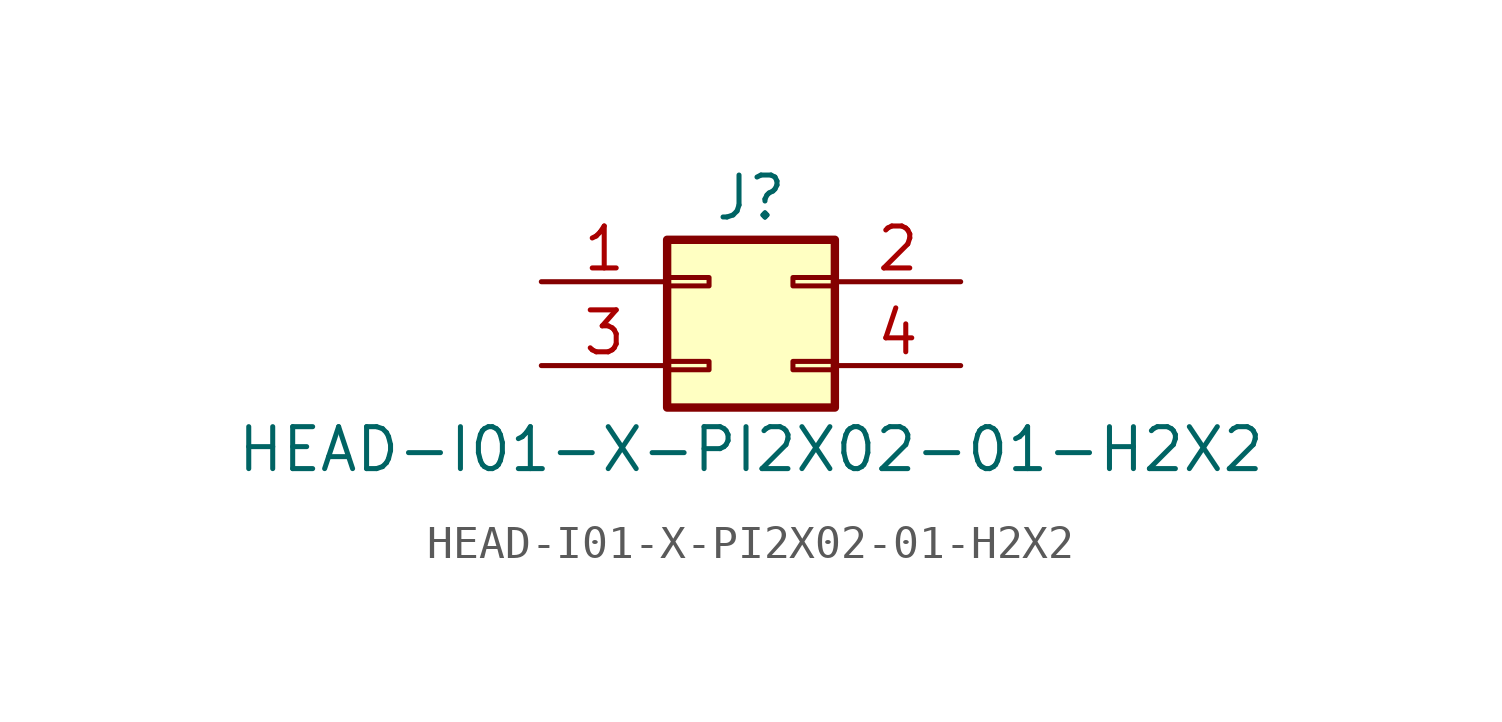
<source format=kicad_sym>
(kicad_symbol_lib
  (version 20211014)
  (generator kicad_symbol_editor)
  (symbol "HEAD-I01-X-PI2X02-01-H2X2"
    (pin_names
      (offset 1.016) hide)
    (property "Reference" "J"
      (at 1.27 2.54 0)
      (effects (font (size 1.27 1.27))))
    (property "Value" "HEAD-I01-X-PI2X02-01-H2X2"
      (at 1.27 -5.08 0)
      (effects (font (size 1.27 1.27))))
    (symbol "HEAD-I01-X-PI2X02-01-H2X2_1_1"
      (rectangle (start -1.27 -2.413) (end 0 -2.667) (stroke (width 0.152) (type default) (color 0 0 0 0)) (fill (type none)))
      (rectangle (start -1.27 0.127) (end 0 -0.127) (stroke (width 0.152) (type default) (color 0 0 0 0)) (fill (type none)))
      (rectangle (start -1.27 1.27) (end 3.81 -3.81) (stroke (width 0.254) (type default) (color 0 0 0 0)) (fill (type background)))
      (rectangle (start 3.81 -2.413) (end 2.54 -2.667) (stroke (width 0.152) (type default) (color 0 0 0 0)) (fill (type none)))
      (rectangle (start 3.81 0.127) (end 2.54 -0.127) (stroke (width 0.152) (type default) (color 0 0 0 0)) (fill (type none)))
      (pin passive line (at -5.08 0 0) (length 3.81) (name "Pin_1" (effects (font (size 1.27 1.27)))) (number "1" (effects (font (size 1.27 1.27)))))
      (pin passive line (at 7.62 0 180) (length 3.81) (name "Pin_2" (effects (font (size 1.27 1.27)))) (number "2" (effects (font (size 1.27 1.27)))))
      (pin passive line (at -5.08 -2.54 0) (length 3.81) (name "Pin_3" (effects (font (size 1.27 1.27)))) (number "3" (effects (font (size 1.27 1.27)))))
      (pin passive line (at 7.62 -2.54 180) (length 3.81) (name "Pin_4" (effects (font (size 1.27 1.27)))) (number "4" (effects (font (size 1.27 1.27))))))))
</source>
